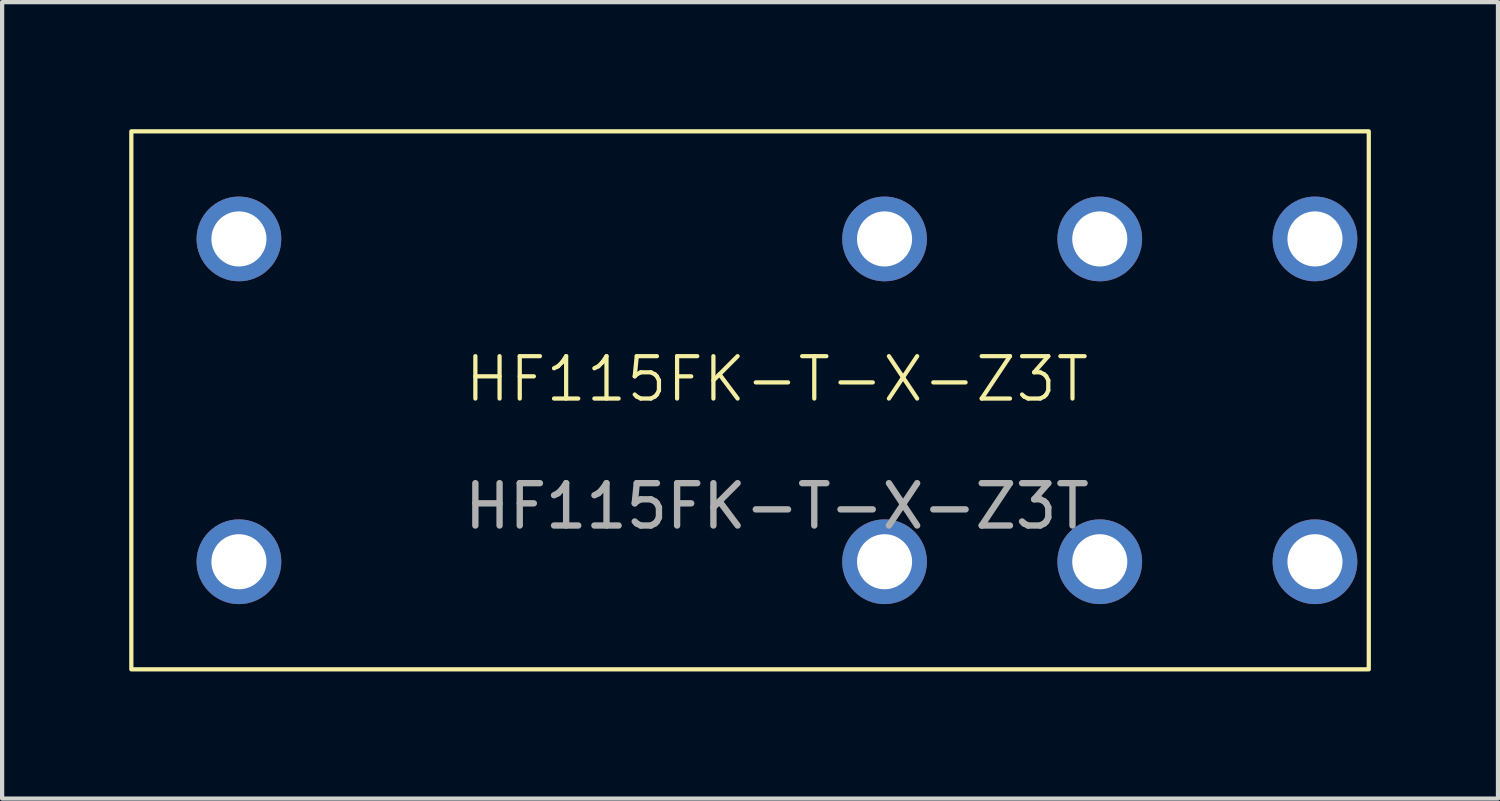
<source format=kicad_pcb>
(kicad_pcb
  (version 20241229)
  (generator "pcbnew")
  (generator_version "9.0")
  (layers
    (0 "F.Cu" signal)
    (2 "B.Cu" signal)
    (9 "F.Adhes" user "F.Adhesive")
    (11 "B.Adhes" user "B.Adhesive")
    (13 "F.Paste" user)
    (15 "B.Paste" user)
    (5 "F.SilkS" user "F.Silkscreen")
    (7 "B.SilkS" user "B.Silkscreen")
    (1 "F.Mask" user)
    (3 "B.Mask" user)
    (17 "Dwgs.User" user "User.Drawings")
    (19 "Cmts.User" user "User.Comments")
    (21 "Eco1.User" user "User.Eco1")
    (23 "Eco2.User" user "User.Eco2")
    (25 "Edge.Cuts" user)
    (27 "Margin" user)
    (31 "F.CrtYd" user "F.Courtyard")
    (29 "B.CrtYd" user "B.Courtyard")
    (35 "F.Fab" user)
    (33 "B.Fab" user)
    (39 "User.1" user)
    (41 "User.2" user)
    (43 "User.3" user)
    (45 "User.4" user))
  (footprint "HF115FK-T-X-Z3T"
    (layer "F.Cu")
    (at 15.29 6.4)
    (property "Reference" "HF115FK-T-X-Z3T" (at 0 -0.5 0) (unlocked yes) (layer "F.SilkS") (effects (font (size 1 1) (thickness 0.1))))
    (attr through_hole)
    (fp_rect (start -15.24 -6.35) (end 13.97 6.35) (stroke (width 0.1) (type default)) (fill no) (layer "F.SilkS"))
    (fp_text user "${REFERENCE}" (at 0 2.5 0) (unlocked yes) (layer "F.Fab") (effects (font (size 1 1) (thickness 0.15))))
    (pad "1" thru_hole circle (at -12.7 -3.81) (size 2 2) (drill 1.3) (layers "*.Cu" "*.Mask"))
    (pad "2" thru_hole circle (at -12.7 3.81) (size 2 2) (drill 1.3) (layers "*.Cu" "*.Mask"))
    (pad "3" thru_hole circle (at 7.62 -3.81) (size 2 2) (drill 1.3) (layers "*.Cu" "*.Mask"))
    (pad "3" thru_hole circle (at 7.62 3.81) (size 2 2) (drill 1.3) (layers "*.Cu" "*.Mask"))
    (pad "4" thru_hole circle (at 12.7 -3.81) (size 2 2) (drill 1.3) (layers "*.Cu" "*.Mask"))
    (pad "4" thru_hole circle (at 12.7 3.81) (size 2 2) (drill 1.3) (layers "*.Cu" "*.Mask"))
    (pad "5" thru_hole circle (at 2.54 -3.81) (size 2 2) (drill 1.3) (layers "*.Cu" "*.Mask"))
    (pad "5" thru_hole circle (at 2.54 3.81) (size 2 2) (drill 1.3) (layers "*.Cu" "*.Mask")))
  (gr_rect
    (start -3 -3)
    (end 32.31 15.8)
    (stroke (width 0.1) (type default))
    (fill no)
    (layer "Edge.Cuts")))
</source>
